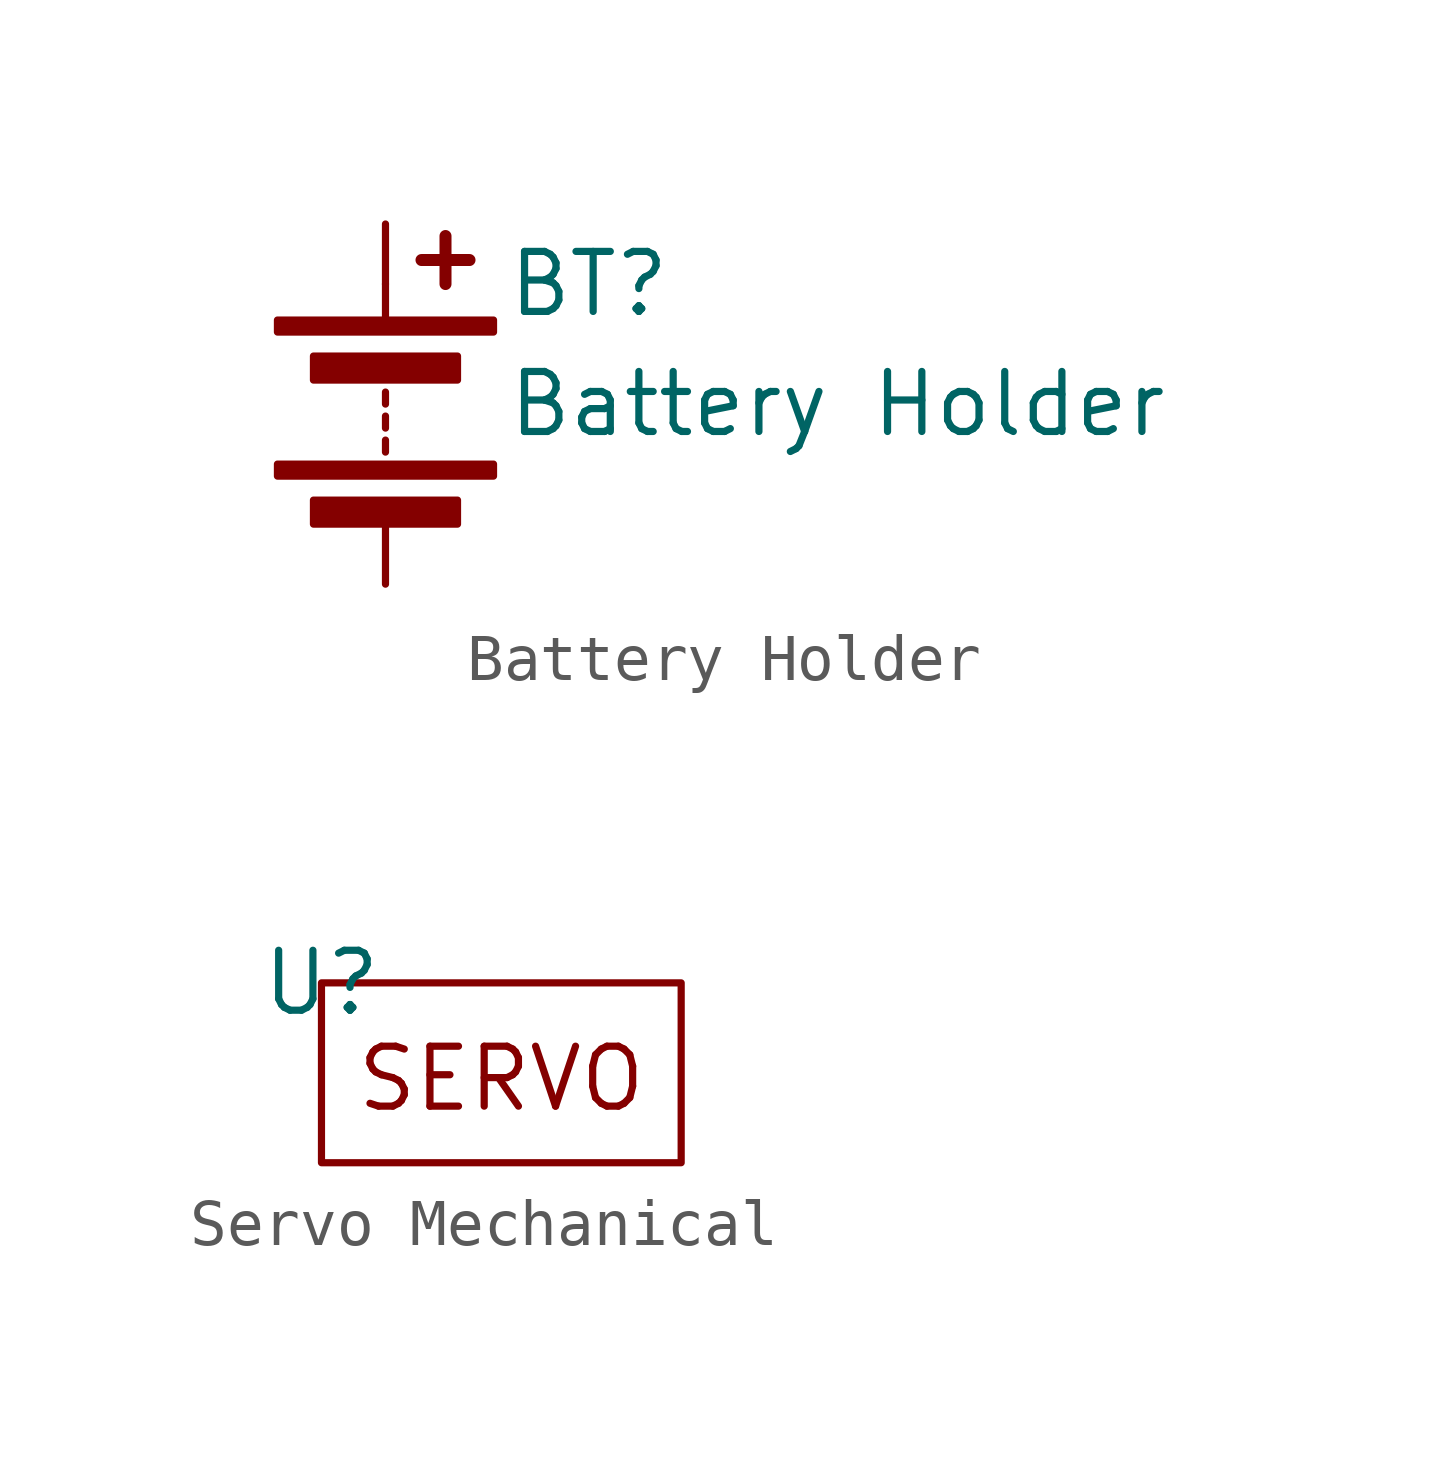
<source format=kicad_sym>
(kicad_symbol_lib
  (version 20231120)
  (generator "kicad_symbol_editor")
  (generator_version "8.0")
  (symbol "Battery Holder"
    (pin_numbers hide)
    (pin_names
      (offset 0) hide)
    (property "Reference" "BT"
      (at 2.54 2.54 0)
      (effects (font (size 1.27 1.27)) (justify left)))
    (property "Value" "Battery Holder"
      (at 2.54 0 0)
      (effects (font (size 1.27 1.27)) (justify left)))
    (symbol "Battery Holder_0_1"
      (rectangle (start -2.286 -1.27) (end 2.286 -1.524) (stroke (width 0) (type default)) (fill (type outline)))
      (rectangle (start -2.286 1.778) (end 2.286 1.524) (stroke (width 0) (type default)) (fill (type outline)))
      (rectangle (start -1.524 -2.032) (end 1.524 -2.54) (stroke (width 0) (type default)) (fill (type outline)))
      (rectangle (start -1.524 1.016) (end 1.524 0.508) (stroke (width 0) (type default)) (fill (type outline)))
      (polyline (pts (xy 0 -2.54) (xy 0 -3.81)) (stroke (width 0) (type default)) (fill (type none)))
      (polyline (pts (xy 0 -1.016) (xy 0 -0.762)) (stroke (width 0) (type default)) (fill (type none)))
      (polyline (pts (xy 0 -0.508) (xy 0 -0.254)) (stroke (width 0) (type default)) (fill (type none)))
      (polyline (pts (xy 0 0) (xy 0 0.254)) (stroke (width 0) (type default)) (fill (type none)))
      (polyline (pts (xy 0 1.778) (xy 0 2.54)) (stroke (width 0) (type default)) (fill (type none)))
      (polyline (pts (xy 0 2.54) (xy 0 3.81)) (stroke (width 0) (type default)) (fill (type none)))
      (polyline (pts (xy 0.762 3.048) (xy 1.778 3.048)) (stroke (width 0.254) (type default)) (fill (type none)))
      (polyline (pts (xy 1.27 3.556) (xy 1.27 2.54)) (stroke (width 0.254) (type default)) (fill (type none)))))
  (symbol "Servo Mechanical"
    (property "Reference" "U"
      (at 0 0 0)
      (effects (font (size 1.27 1.27))))
    (property "Value" ""
      (at 0 0 0)
      (effects (font (size 1.27 1.27))))
    (symbol "Servo Mechanical_1_1"
      (rectangle (start 0 0) (end 7.62 -3.81) (stroke (width 0) (type default)) (fill (type none)))
      (text "SERVO" (at 3.81 -2.032 0) (effects (font (size 1.27 1.27)))))))
</source>
